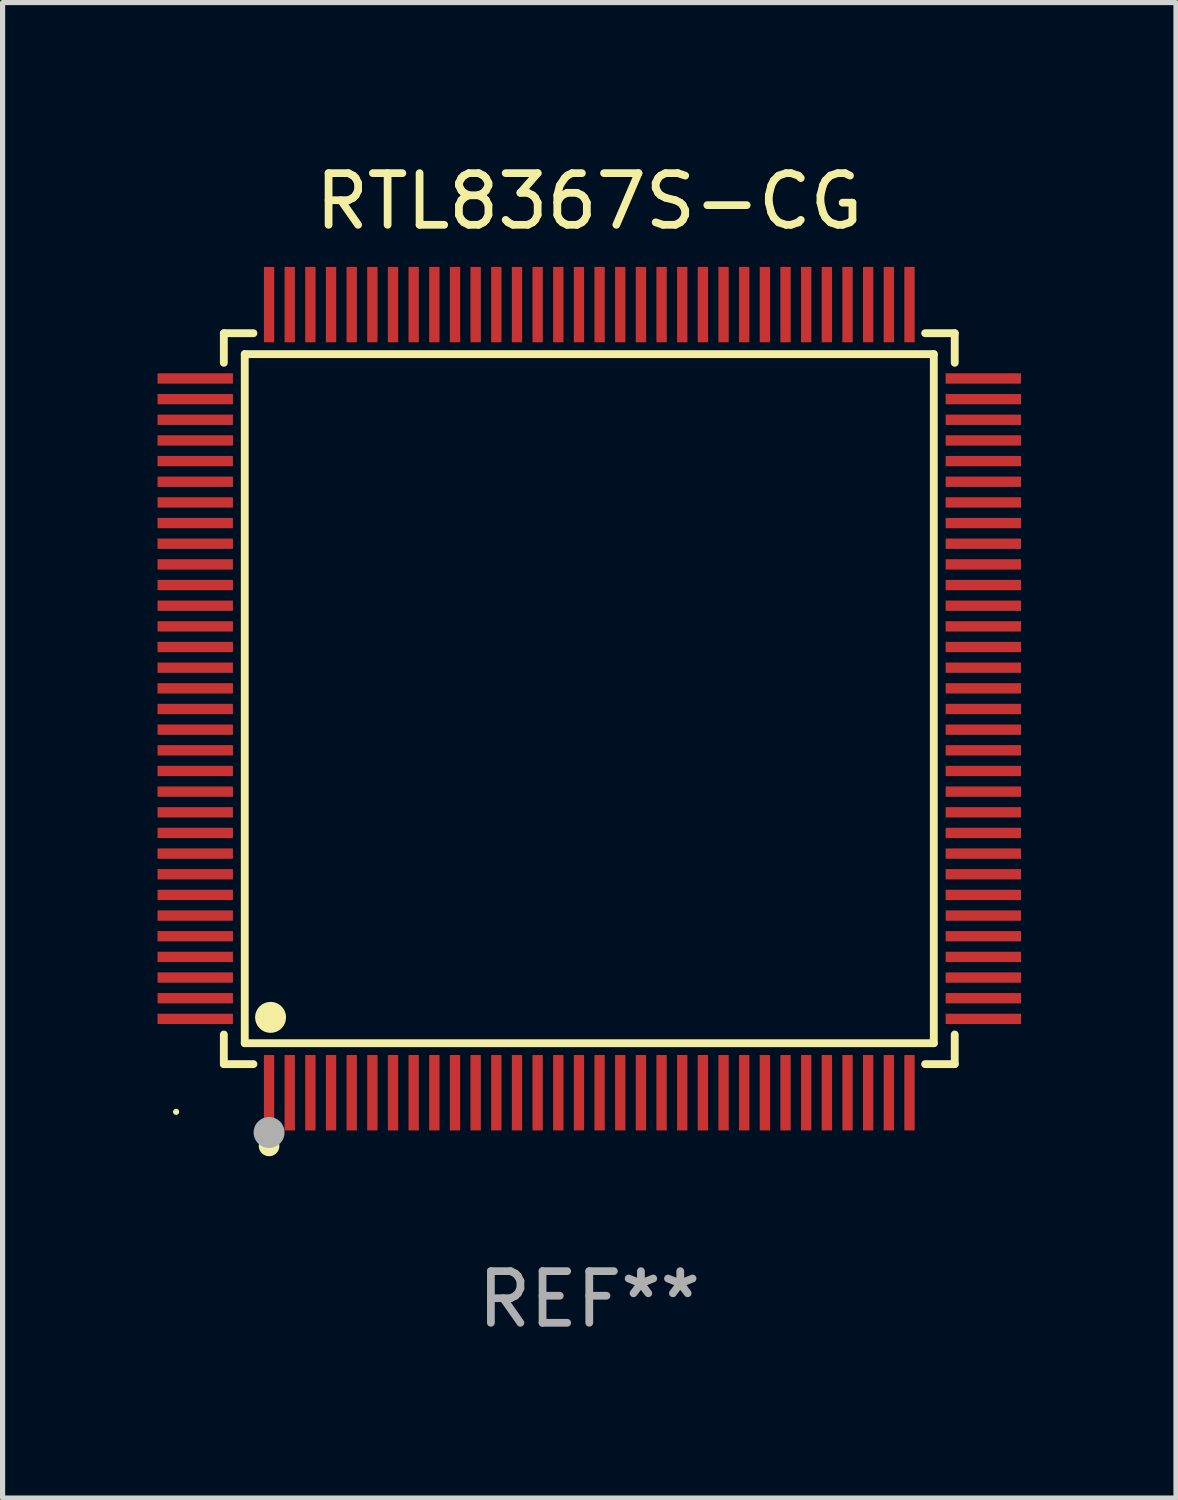
<source format=kicad_pcb>
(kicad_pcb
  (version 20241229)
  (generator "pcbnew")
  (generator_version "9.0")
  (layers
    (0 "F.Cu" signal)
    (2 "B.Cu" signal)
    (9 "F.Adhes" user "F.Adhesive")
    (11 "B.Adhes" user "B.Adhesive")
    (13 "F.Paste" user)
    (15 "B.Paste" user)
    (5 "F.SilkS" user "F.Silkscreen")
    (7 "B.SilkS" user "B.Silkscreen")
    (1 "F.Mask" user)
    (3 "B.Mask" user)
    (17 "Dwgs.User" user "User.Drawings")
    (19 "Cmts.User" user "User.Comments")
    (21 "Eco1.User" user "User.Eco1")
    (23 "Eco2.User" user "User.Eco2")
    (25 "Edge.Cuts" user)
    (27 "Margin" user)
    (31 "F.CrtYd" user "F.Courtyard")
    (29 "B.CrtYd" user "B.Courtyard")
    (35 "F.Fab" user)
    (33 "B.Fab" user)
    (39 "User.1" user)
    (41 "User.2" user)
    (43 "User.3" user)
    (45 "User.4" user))
  (footprint "RTL8367S-CG"
    (layer "F.Cu")
    (at 8.36 10.478)
    (property "Reference" "RTL8367S-CG" (at 0 -9.63 0) (layer "F.SilkS") (effects (font (size 1 1) (thickness 0.15))))
    (attr through_hole)
    (fp_line (start -7.076 -7.076) (end -6.503 -7.076) (stroke (width 0.152) (type solid)) (layer "F.SilkS"))
    (fp_line (start -7.076 -6.503) (end -7.076 -7.076) (stroke (width 0.152) (type solid)) (layer "F.SilkS"))
    (fp_line (start -7.076 6.503) (end -7.076 7.076) (stroke (width 0.152) (type solid)) (layer "F.SilkS"))
    (fp_line (start -7.076 7.076) (end -6.503 7.076) (stroke (width 0.152) (type solid)) (layer "F.SilkS"))
    (fp_line (start -6.671 -6.671) (end 6.671 -6.671) (stroke (width 0.152) (type solid)) (layer "F.SilkS"))
    (fp_line (start -6.671 6.671) (end -6.671 -6.671) (stroke (width 0.152) (type solid)) (layer "F.SilkS"))
    (fp_line (start 6.671 -6.671) (end 6.671 6.671) (stroke (width 0.152) (type solid)) (layer "F.SilkS"))
    (fp_line (start 6.671 6.671) (end -6.671 6.671) (stroke (width 0.152) (type solid)) (layer "F.SilkS"))
    (fp_line (start 7.076 -7.076) (end 6.503 -7.076) (stroke (width 0.152) (type solid)) (layer "F.SilkS"))
    (fp_line (start 7.076 -6.503) (end 7.076 -7.076) (stroke (width 0.152) (type solid)) (layer "F.SilkS"))
    (fp_line (start 7.076 6.503) (end 7.076 7.076) (stroke (width 0.152) (type solid)) (layer "F.SilkS"))
    (fp_line (start 7.076 7.076) (end 6.503 7.076) (stroke (width 0.152) (type solid)) (layer "F.SilkS"))
    (fp_circle (center -8 8) (end -7.97 8) (stroke (width 0.06) (type solid)) (fill no) (layer "F.SilkS"))
    (fp_circle (center -6.2 8.66) (end -6.1 8.66) (stroke (width 0.2) (type solid)) (fill no) (layer "F.SilkS"))
    (fp_circle (center -6.171 6.171) (end -6.021 6.171) (stroke (width 0.3) (type solid)) (fill no) (layer "F.SilkS"))
    (fp_circle (center -6.2 8.4) (end -6.05 8.4) (stroke (width 0.3) (type solid)) (fill no) (layer "F.Fab"))
    (fp_text user "REF**" (at 0 11.63 0) (layer "F.Fab") (effects (font (size 1 1) (thickness 0.15))))
    (pad "1" smd rect (at -6.2 7.63) (size 0.2 1.46) (layers "F.Cu" "F.Mask" "F.Paste"))
    (pad "2" smd rect (at -5.8 7.63) (size 0.2 1.46) (layers "F.Cu" "F.Mask" "F.Paste"))
    (pad "3" smd rect (at -5.4 7.63) (size 0.2 1.46) (layers "F.Cu" "F.Mask" "F.Paste"))
    (pad "4" smd rect (at -5 7.63) (size 0.2 1.46) (layers "F.Cu" "F.Mask" "F.Paste"))
    (pad "5" smd rect (at -4.6 7.63) (size 0.2 1.46) (layers "F.Cu" "F.Mask" "F.Paste"))
    (pad "6" smd rect (at -4.2 7.63) (size 0.2 1.46) (layers "F.Cu" "F.Mask" "F.Paste"))
    (pad "7" smd rect (at -3.8 7.63) (size 0.2 1.46) (layers "F.Cu" "F.Mask" "F.Paste"))
    (pad "8" smd rect (at -3.4 7.63) (size 0.2 1.46) (layers "F.Cu" "F.Mask" "F.Paste"))
    (pad "9" smd rect (at -3 7.63) (size 0.2 1.46) (layers "F.Cu" "F.Mask" "F.Paste"))
    (pad "10" smd rect (at -2.6 7.63) (size 0.2 1.46) (layers "F.Cu" "F.Mask" "F.Paste"))
    (pad "11" smd rect (at -2.2 7.63) (size 0.2 1.46) (layers "F.Cu" "F.Mask" "F.Paste"))
    (pad "12" smd rect (at -1.8 7.63) (size 0.2 1.46) (layers "F.Cu" "F.Mask" "F.Paste"))
    (pad "13" smd rect (at -1.4 7.63) (size 0.2 1.46) (layers "F.Cu" "F.Mask" "F.Paste"))
    (pad "14" smd rect (at -1 7.63) (size 0.2 1.46) (layers "F.Cu" "F.Mask" "F.Paste"))
    (pad "15" smd rect (at -0.6 7.63) (size 0.2 1.46) (layers "F.Cu" "F.Mask" "F.Paste"))
    (pad "16" smd rect (at -0.2 7.63) (size 0.2 1.46) (layers "F.Cu" "F.Mask" "F.Paste"))
    (pad "17" smd rect (at 0.2 7.63) (size 0.2 1.46) (layers "F.Cu" "F.Mask" "F.Paste"))
    (pad "18" smd rect (at 0.6 7.63) (size 0.2 1.46) (layers "F.Cu" "F.Mask" "F.Paste"))
    (pad "19" smd rect (at 1 7.63) (size 0.2 1.46) (layers "F.Cu" "F.Mask" "F.Paste"))
    (pad "20" smd rect (at 1.4 7.63) (size 0.2 1.46) (layers "F.Cu" "F.Mask" "F.Paste"))
    (pad "21" smd rect (at 1.8 7.63) (size 0.2 1.46) (layers "F.Cu" "F.Mask" "F.Paste"))
    (pad "22" smd rect (at 2.2 7.63) (size 0.2 1.46) (layers "F.Cu" "F.Mask" "F.Paste"))
    (pad "23" smd rect (at 2.6 7.63) (size 0.2 1.46) (layers "F.Cu" "F.Mask" "F.Paste"))
    (pad "24" smd rect (at 3 7.63) (size 0.2 1.46) (layers "F.Cu" "F.Mask" "F.Paste"))
    (pad "25" smd rect (at 3.4 7.63) (size 0.2 1.46) (layers "F.Cu" "F.Mask" "F.Paste"))
    (pad "26" smd rect (at 3.8 7.63) (size 0.2 1.46) (layers "F.Cu" "F.Mask" "F.Paste"))
    (pad "27" smd rect (at 4.2 7.63) (size 0.2 1.46) (layers "F.Cu" "F.Mask" "F.Paste"))
    (pad "28" smd rect (at 4.6 7.63) (size 0.2 1.46) (layers "F.Cu" "F.Mask" "F.Paste"))
    (pad "29" smd rect (at 5 7.63) (size 0.2 1.46) (layers "F.Cu" "F.Mask" "F.Paste"))
    (pad "30" smd rect (at 5.4 7.63) (size 0.2 1.46) (layers "F.Cu" "F.Mask" "F.Paste"))
    (pad "31" smd rect (at 5.8 7.63) (size 0.2 1.46) (layers "F.Cu" "F.Mask" "F.Paste"))
    (pad "32" smd rect (at 6.2 7.63) (size 0.2 1.46) (layers "F.Cu" "F.Mask" "F.Paste"))
    (pad "33" smd rect (at 7.63 6.2) (size 1.46 0.2) (layers "F.Cu" "F.Mask" "F.Paste"))
    (pad "34" smd rect (at 7.63 5.8) (size 1.46 0.2) (layers "F.Cu" "F.Mask" "F.Paste"))
    (pad "35" smd rect (at 7.63 5.4) (size 1.46 0.2) (layers "F.Cu" "F.Mask" "F.Paste"))
    (pad "36" smd rect (at 7.63 5) (size 1.46 0.2) (layers "F.Cu" "F.Mask" "F.Paste"))
    (pad "37" smd rect (at 7.63 4.6) (size 1.46 0.2) (layers "F.Cu" "F.Mask" "F.Paste"))
    (pad "38" smd rect (at 7.63 4.2) (size 1.46 0.2) (layers "F.Cu" "F.Mask" "F.Paste"))
    (pad "39" smd rect (at 7.63 3.8) (size 1.46 0.2) (layers "F.Cu" "F.Mask" "F.Paste"))
    (pad "40" smd rect (at 7.63 3.4) (size 1.46 0.2) (layers "F.Cu" "F.Mask" "F.Paste"))
    (pad "41" smd rect (at 7.63 3) (size 1.46 0.2) (layers "F.Cu" "F.Mask" "F.Paste"))
    (pad "42" smd rect (at 7.63 2.6) (size 1.46 0.2) (layers "F.Cu" "F.Mask" "F.Paste"))
    (pad "43" smd rect (at 7.63 2.2) (size 1.46 0.2) (layers "F.Cu" "F.Mask" "F.Paste"))
    (pad "44" smd rect (at 7.63 1.8) (size 1.46 0.2) (layers "F.Cu" "F.Mask" "F.Paste"))
    (pad "45" smd rect (at 7.63 1.4) (size 1.46 0.2) (layers "F.Cu" "F.Mask" "F.Paste"))
    (pad "46" smd rect (at 7.63 1) (size 1.46 0.2) (layers "F.Cu" "F.Mask" "F.Paste"))
    (pad "47" smd rect (at 7.63 0.6) (size 1.46 0.2) (layers "F.Cu" "F.Mask" "F.Paste"))
    (pad "48" smd rect (at 7.63 0.2) (size 1.46 0.2) (layers "F.Cu" "F.Mask" "F.Paste"))
    (pad "49" smd rect (at 7.63 -0.2) (size 1.46 0.2) (layers "F.Cu" "F.Mask" "F.Paste"))
    (pad "50" smd rect (at 7.63 -0.6) (size 1.46 0.2) (layers "F.Cu" "F.Mask" "F.Paste"))
    (pad "51" smd rect (at 7.63 -1) (size 1.46 0.2) (layers "F.Cu" "F.Mask" "F.Paste"))
    (pad "52" smd rect (at 7.63 -1.4) (size 1.46 0.2) (layers "F.Cu" "F.Mask" "F.Paste"))
    (pad "53" smd rect (at 7.63 -1.8) (size 1.46 0.2) (layers "F.Cu" "F.Mask" "F.Paste"))
    (pad "54" smd rect (at 7.63 -2.2) (size 1.46 0.2) (layers "F.Cu" "F.Mask" "F.Paste"))
    (pad "55" smd rect (at 7.63 -2.6) (size 1.46 0.2) (layers "F.Cu" "F.Mask" "F.Paste"))
    (pad "56" smd rect (at 7.63 -3) (size 1.46 0.2) (layers "F.Cu" "F.Mask" "F.Paste"))
    (pad "57" smd rect (at 7.63 -3.4) (size 1.46 0.2) (layers "F.Cu" "F.Mask" "F.Paste"))
    (pad "58" smd rect (at 7.63 -3.8) (size 1.46 0.2) (layers "F.Cu" "F.Mask" "F.Paste"))
    (pad "59" smd rect (at 7.63 -4.2) (size 1.46 0.2) (layers "F.Cu" "F.Mask" "F.Paste"))
    (pad "60" smd rect (at 7.63 -4.6) (size 1.46 0.2) (layers "F.Cu" "F.Mask" "F.Paste"))
    (pad "61" smd rect (at 7.63 -5) (size 1.46 0.2) (layers "F.Cu" "F.Mask" "F.Paste"))
    (pad "62" smd rect (at 7.63 -5.4) (size 1.46 0.2) (layers "F.Cu" "F.Mask" "F.Paste"))
    (pad "63" smd rect (at 7.63 -5.8) (size 1.46 0.2) (layers "F.Cu" "F.Mask" "F.Paste"))
    (pad "64" smd rect (at 7.63 -6.2) (size 1.46 0.2) (layers "F.Cu" "F.Mask" "F.Paste"))
    (pad "65" smd rect (at 6.2 -7.63) (size 0.2 1.46) (layers "F.Cu" "F.Mask" "F.Paste"))
    (pad "66" smd rect (at 5.8 -7.63) (size 0.2 1.46) (layers "F.Cu" "F.Mask" "F.Paste"))
    (pad "67" smd rect (at 5.4 -7.63) (size 0.2 1.46) (layers "F.Cu" "F.Mask" "F.Paste"))
    (pad "68" smd rect (at 5 -7.63) (size 0.2 1.46) (layers "F.Cu" "F.Mask" "F.Paste"))
    (pad "69" smd rect (at 4.6 -7.63) (size 0.2 1.46) (layers "F.Cu" "F.Mask" "F.Paste"))
    (pad "70" smd rect (at 4.2 -7.63) (size 0.2 1.46) (layers "F.Cu" "F.Mask" "F.Paste"))
    (pad "71" smd rect (at 3.8 -7.63) (size 0.2 1.46) (layers "F.Cu" "F.Mask" "F.Paste"))
    (pad "72" smd rect (at 3.4 -7.63) (size 0.2 1.46) (layers "F.Cu" "F.Mask" "F.Paste"))
    (pad "73" smd rect (at 3 -7.63) (size 0.2 1.46) (layers "F.Cu" "F.Mask" "F.Paste"))
    (pad "74" smd rect (at 2.6 -7.63) (size 0.2 1.46) (layers "F.Cu" "F.Mask" "F.Paste"))
    (pad "75" smd rect (at 2.2 -7.63) (size 0.2 1.46) (layers "F.Cu" "F.Mask" "F.Paste"))
    (pad "76" smd rect (at 1.8 -7.63) (size 0.2 1.46) (layers "F.Cu" "F.Mask" "F.Paste"))
    (pad "77" smd rect (at 1.4 -7.63) (size 0.2 1.46) (layers "F.Cu" "F.Mask" "F.Paste"))
    (pad "78" smd rect (at 1 -7.63) (size 0.2 1.46) (layers "F.Cu" "F.Mask" "F.Paste"))
    (pad "79" smd rect (at 0.6 -7.63) (size 0.2 1.46) (layers "F.Cu" "F.Mask" "F.Paste"))
    (pad "80" smd rect (at 0.2 -7.63) (size 0.2 1.46) (layers "F.Cu" "F.Mask" "F.Paste"))
    (pad "81" smd rect (at -0.2 -7.63) (size 0.2 1.46) (layers "F.Cu" "F.Mask" "F.Paste"))
    (pad "82" smd rect (at -0.6 -7.63) (size 0.2 1.46) (layers "F.Cu" "F.Mask" "F.Paste"))
    (pad "83" smd rect (at -1 -7.63) (size 0.2 1.46) (layers "F.Cu" "F.Mask" "F.Paste"))
    (pad "84" smd rect (at -1.4 -7.63) (size 0.2 1.46) (layers "F.Cu" "F.Mask" "F.Paste"))
    (pad "85" smd rect (at -1.8 -7.63) (size 0.2 1.46) (layers "F.Cu" "F.Mask" "F.Paste"))
    (pad "86" smd rect (at -2.2 -7.63) (size 0.2 1.46) (layers "F.Cu" "F.Mask" "F.Paste"))
    (pad "87" smd rect (at -2.6 -7.63) (size 0.2 1.46) (layers "F.Cu" "F.Mask" "F.Paste"))
    (pad "88" smd rect (at -3 -7.63) (size 0.2 1.46) (layers "F.Cu" "F.Mask" "F.Paste"))
    (pad "89" smd rect (at -3.4 -7.63) (size 0.2 1.46) (layers "F.Cu" "F.Mask" "F.Paste"))
    (pad "90" smd rect (at -3.8 -7.63) (size 0.2 1.46) (layers "F.Cu" "F.Mask" "F.Paste"))
    (pad "91" smd rect (at -4.2 -7.63) (size 0.2 1.46) (layers "F.Cu" "F.Mask" "F.Paste"))
    (pad "92" smd rect (at -4.6 -7.63) (size 0.2 1.46) (layers "F.Cu" "F.Mask" "F.Paste"))
    (pad "93" smd rect (at -5 -7.63) (size 0.2 1.46) (layers "F.Cu" "F.Mask" "F.Paste"))
    (pad "94" smd rect (at -5.4 -7.63) (size 0.2 1.46) (layers "F.Cu" "F.Mask" "F.Paste"))
    (pad "95" smd rect (at -5.8 -7.63) (size 0.2 1.46) (layers "F.Cu" "F.Mask" "F.Paste"))
    (pad "96" smd rect (at -6.2 -7.63) (size 0.2 1.46) (layers "F.Cu" "F.Mask" "F.Paste"))
    (pad "97" smd rect (at -7.63 -6.2) (size 1.46 0.2) (layers "F.Cu" "F.Mask" "F.Paste"))
    (pad "98" smd rect (at -7.63 -5.8) (size 1.46 0.2) (layers "F.Cu" "F.Mask" "F.Paste"))
    (pad "99" smd rect (at -7.63 -5.4) (size 1.46 0.2) (layers "F.Cu" "F.Mask" "F.Paste"))
    (pad "100" smd rect (at -7.63 -5) (size 1.46 0.2) (layers "F.Cu" "F.Mask" "F.Paste"))
    (pad "101" smd rect (at -7.63 -4.6) (size 1.46 0.2) (layers "F.Cu" "F.Mask" "F.Paste"))
    (pad "102" smd rect (at -7.63 -4.2) (size 1.46 0.2) (layers "F.Cu" "F.Mask" "F.Paste"))
    (pad "103" smd rect (at -7.63 -3.8) (size 1.46 0.2) (layers "F.Cu" "F.Mask" "F.Paste"))
    (pad "104" smd rect (at -7.63 -3.4) (size 1.46 0.2) (layers "F.Cu" "F.Mask" "F.Paste"))
    (pad "105" smd rect (at -7.63 -3) (size 1.46 0.2) (layers "F.Cu" "F.Mask" "F.Paste"))
    (pad "106" smd rect (at -7.63 -2.6) (size 1.46 0.2) (layers "F.Cu" "F.Mask" "F.Paste"))
    (pad "107" smd rect (at -7.63 -2.2) (size 1.46 0.2) (layers "F.Cu" "F.Mask" "F.Paste"))
    (pad "108" smd rect (at -7.63 -1.8) (size 1.46 0.2) (layers "F.Cu" "F.Mask" "F.Paste"))
    (pad "109" smd rect (at -7.63 -1.4) (size 1.46 0.2) (layers "F.Cu" "F.Mask" "F.Paste"))
    (pad "110" smd rect (at -7.63 -1) (size 1.46 0.2) (layers "F.Cu" "F.Mask" "F.Paste"))
    (pad "111" smd rect (at -7.63 -0.6) (size 1.46 0.2) (layers "F.Cu" "F.Mask" "F.Paste"))
    (pad "112" smd rect (at -7.63 -0.2) (size 1.46 0.2) (layers "F.Cu" "F.Mask" "F.Paste"))
    (pad "113" smd rect (at -7.63 0.2) (size 1.46 0.2) (layers "F.Cu" "F.Mask" "F.Paste"))
    (pad "114" smd rect (at -7.63 0.6) (size 1.46 0.2) (layers "F.Cu" "F.Mask" "F.Paste"))
    (pad "115" smd rect (at -7.63 1) (size 1.46 0.2) (layers "F.Cu" "F.Mask" "F.Paste"))
    (pad "116" smd rect (at -7.63 1.4) (size 1.46 0.2) (layers "F.Cu" "F.Mask" "F.Paste"))
    (pad "117" smd rect (at -7.63 1.8) (size 1.46 0.2) (layers "F.Cu" "F.Mask" "F.Paste"))
    (pad "118" smd rect (at -7.63 2.2) (size 1.46 0.2) (layers "F.Cu" "F.Mask" "F.Paste"))
    (pad "119" smd rect (at -7.63 2.6) (size 1.46 0.2) (layers "F.Cu" "F.Mask" "F.Paste"))
    (pad "120" smd rect (at -7.63 3) (size 1.46 0.2) (layers "F.Cu" "F.Mask" "F.Paste"))
    (pad "121" smd rect (at -7.63 3.4) (size 1.46 0.2) (layers "F.Cu" "F.Mask" "F.Paste"))
    (pad "122" smd rect (at -7.63 3.8) (size 1.46 0.2) (layers "F.Cu" "F.Mask" "F.Paste"))
    (pad "123" smd rect (at -7.63 4.2) (size 1.46 0.2) (layers "F.Cu" "F.Mask" "F.Paste"))
    (pad "124" smd rect (at -7.63 4.6) (size 1.46 0.2) (layers "F.Cu" "F.Mask" "F.Paste"))
    (pad "125" smd rect (at -7.63 5) (size 1.46 0.2) (layers "F.Cu" "F.Mask" "F.Paste"))
    (pad "126" smd rect (at -7.63 5.4) (size 1.46 0.2) (layers "F.Cu" "F.Mask" "F.Paste"))
    (pad "127" smd rect (at -7.63 5.8) (size 1.46 0.2) (layers "F.Cu" "F.Mask" "F.Paste"))
    (pad "128" smd rect (at -7.63 6.2) (size 1.46 0.2) (layers "F.Cu" "F.Mask" "F.Paste")))
  (gr_rect
    (start -3 -3)
    (end 19.72 25.956)
    (stroke (width 0.1) (type default))
    (fill no)
    (layer "Edge.Cuts")))
</source>
